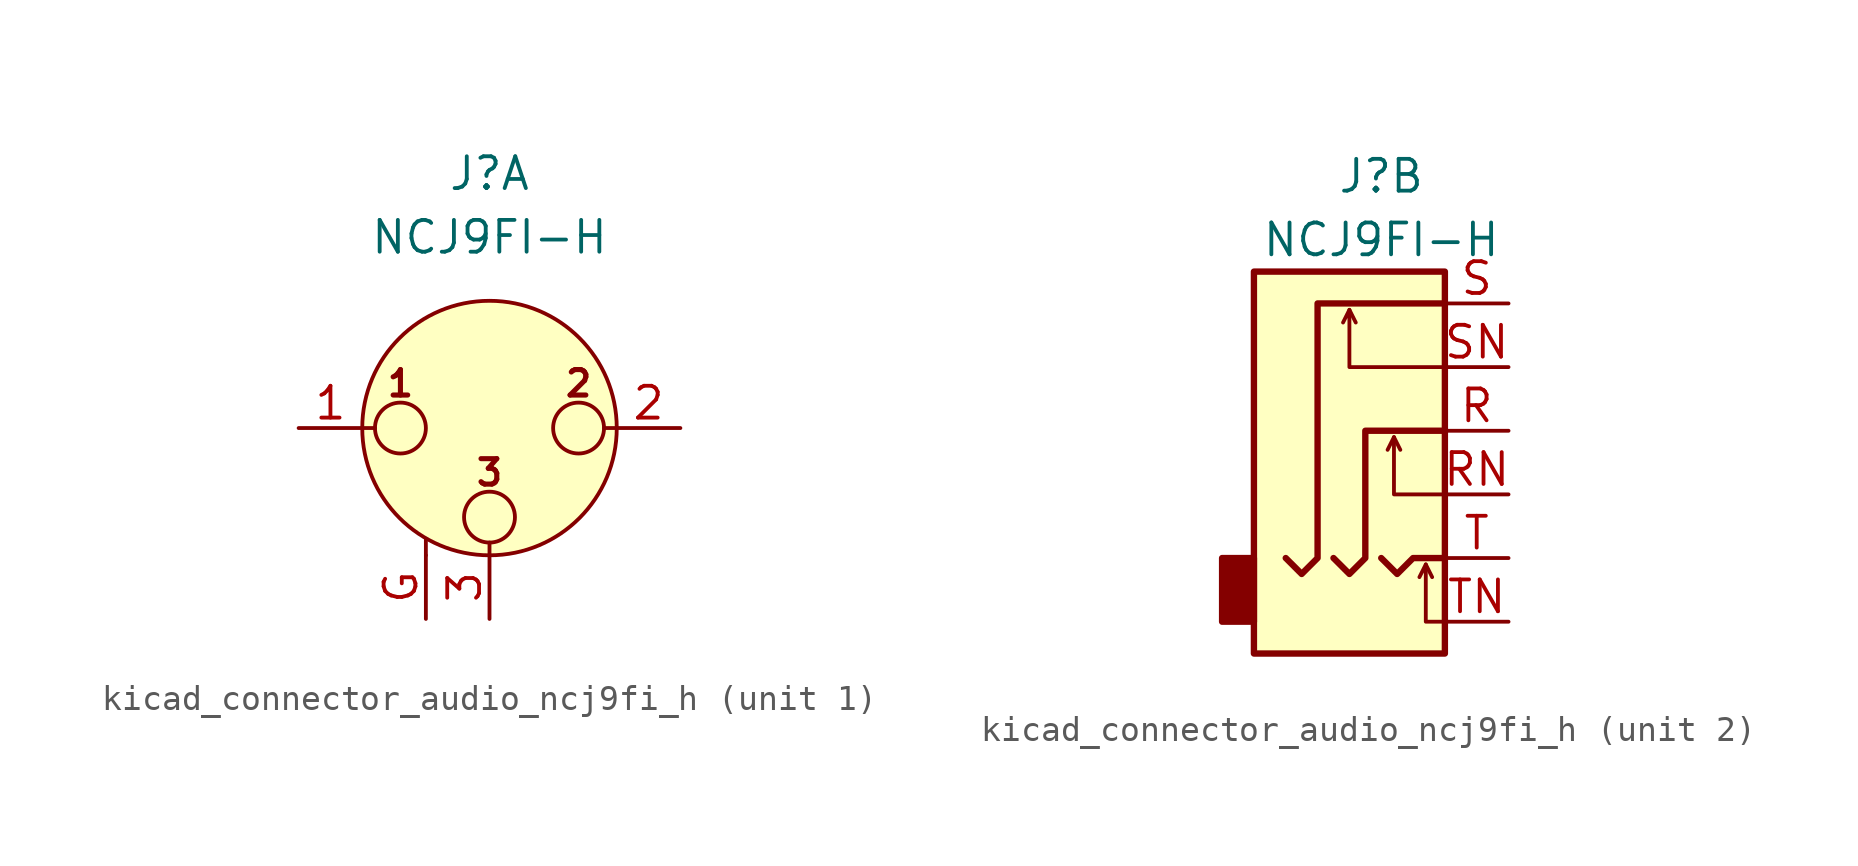
<source format=kicad_sym>
(kicad_symbol_lib
  (version 20220914)
  (generator kicad_symbol_editor)
  (symbol "kicad_connector_audio_ncj9fi_h"
    (pin_names hide)
    (property "Reference" "J"
      (at 0 10.16 0)
      (effects (font (size 1.27 1.27))))
    (property "Value" "NCJ9FI-H"
      (at 0 7.62 0)
      (effects (font (size 1.27 1.27))))
    (symbol "kicad_connector_audio_ncj9fi_h_1_1"
      (circle (center -3.556 0) (radius 1.016) (stroke (width 0) (type default)) (fill (type none)))
      (circle (center 0 -3.556) (radius 1.016) (stroke (width 0) (type default)) (fill (type none)))
      (polyline (pts (xy -5.08 0) (xy -4.572 0)) (stroke (width 0) (type default)) (fill (type none)))
      (polyline (pts (xy -2.54 -5.08) (xy -2.54 -4.445)) (stroke (width 0) (type default)) (fill (type none)))
      (polyline (pts (xy 0 -5.08) (xy 0 -4.572)) (stroke (width 0) (type default)) (fill (type none)))
      (polyline (pts (xy 5.08 0) (xy 4.572 0)) (stroke (width 0) (type default)) (fill (type none)))
      (circle (center 0 0) (radius 5.08) (stroke (width 0) (type default)) (fill (type background)))
      (circle (center 3.556 0) (radius 1.016) (stroke (width 0) (type default)) (fill (type none)))
      (text "1" (at -3.556 1.778 0) (effects (font (size 1.016 1.016) bold)))
      (text "2" (at 3.556 1.778 0) (effects (font (size 1.016 1.016) bold)))
      (text "3" (at 0 -1.778 0) (effects (font (size 1.016 1.016) bold)))
      (pin passive line (at -7.62 0 0) (length 2.54) (name "~" (effects (font (size 1.27 1.27)))) (number "1" (effects (font (size 1.27 1.27)))))
      (pin passive line (at 7.62 0 180) (length 2.54) (name "~" (effects (font (size 1.27 1.27)))) (number "2" (effects (font (size 1.27 1.27)))))
      (pin passive line (at 0 -7.62 90) (length 2.54) (name "~" (effects (font (size 1.27 1.27)))) (number "3" (effects (font (size 1.27 1.27)))))
      (pin passive line (at -2.54 -7.62 90) (length 2.54) (name "~" (effects (font (size 1.27 1.27)))) (number "G" (effects (font (size 1.27 1.27))))))
    (symbol "kicad_connector_audio_ncj9fi_h_2_1"
      (rectangle (start -5.08 -5.08) (end -6.35 -7.62) (stroke (width 0.254) (type default)) (fill (type outline)))
      (polyline (pts (xy -1.27 4.826) (xy -1.016 4.318)) (stroke (width 0) (type default)) (fill (type none)))
      (polyline (pts (xy 0.508 -0.254) (xy 0.762 -0.762)) (stroke (width 0) (type default)) (fill (type none)))
      (polyline (pts (xy 1.778 -5.334) (xy 2.032 -5.842)) (stroke (width 0) (type default)) (fill (type none)))
      (polyline (pts (xy 0 -5.08) (xy 0.635 -5.715) (xy 1.27 -5.08) (xy 2.54 -5.08)) (stroke (width 0.254) (type default)) (fill (type none)))
      (polyline (pts (xy 2.54 -7.62) (xy 1.778 -7.62) (xy 1.778 -5.334) (xy 1.524 -5.842)) (stroke (width 0) (type default)) (fill (type none)))
      (polyline (pts (xy 2.54 -2.54) (xy 0.508 -2.54) (xy 0.508 -0.254) (xy 0.254 -0.762)) (stroke (width 0) (type default)) (fill (type none)))
      (polyline (pts (xy 2.54 2.54) (xy -1.27 2.54) (xy -1.27 4.826) (xy -1.524 4.318)) (stroke (width 0) (type default)) (fill (type none)))
      (polyline (pts (xy -1.905 -5.08) (xy -1.27 -5.715) (xy -0.635 -5.08) (xy -0.635 0) (xy 2.54 0)) (stroke (width 0.254) (type default)) (fill (type none)))
      (polyline (pts (xy 2.54 5.08) (xy -2.54 5.08) (xy -2.54 -5.08) (xy -3.175 -5.715) (xy -3.81 -5.08)) (stroke (width 0.254) (type default)) (fill (type none)))
      (rectangle (start 2.54 6.35) (end -5.08 -8.89) (stroke (width 0.254) (type default)) (fill (type background)))
      (pin passive line (at 5.08 0 180) (length 2.54) (name "~" (effects (font (size 1.27 1.27)))) (number "R" (effects (font (size 1.27 1.27)))))
      (pin passive line (at 5.08 -2.54 180) (length 2.54) (name "~" (effects (font (size 1.27 1.27)))) (number "RN" (effects (font (size 1.27 1.27)))))
      (pin passive line (at 5.08 5.08 180) (length 2.54) (name "~" (effects (font (size 1.27 1.27)))) (number "S" (effects (font (size 1.27 1.27)))))
      (pin passive line (at 5.08 2.54 180) (length 2.54) (name "~" (effects (font (size 1.27 1.27)))) (number "SN" (effects (font (size 1.27 1.27)))))
      (pin passive line (at 5.08 -5.08 180) (length 2.54) (name "~" (effects (font (size 1.27 1.27)))) (number "T" (effects (font (size 1.27 1.27)))))
      (pin passive line (at 5.08 -7.62 180) (length 2.54) (name "~" (effects (font (size 1.27 1.27)))) (number "TN" (effects (font (size 1.27 1.27))))))))
</source>
